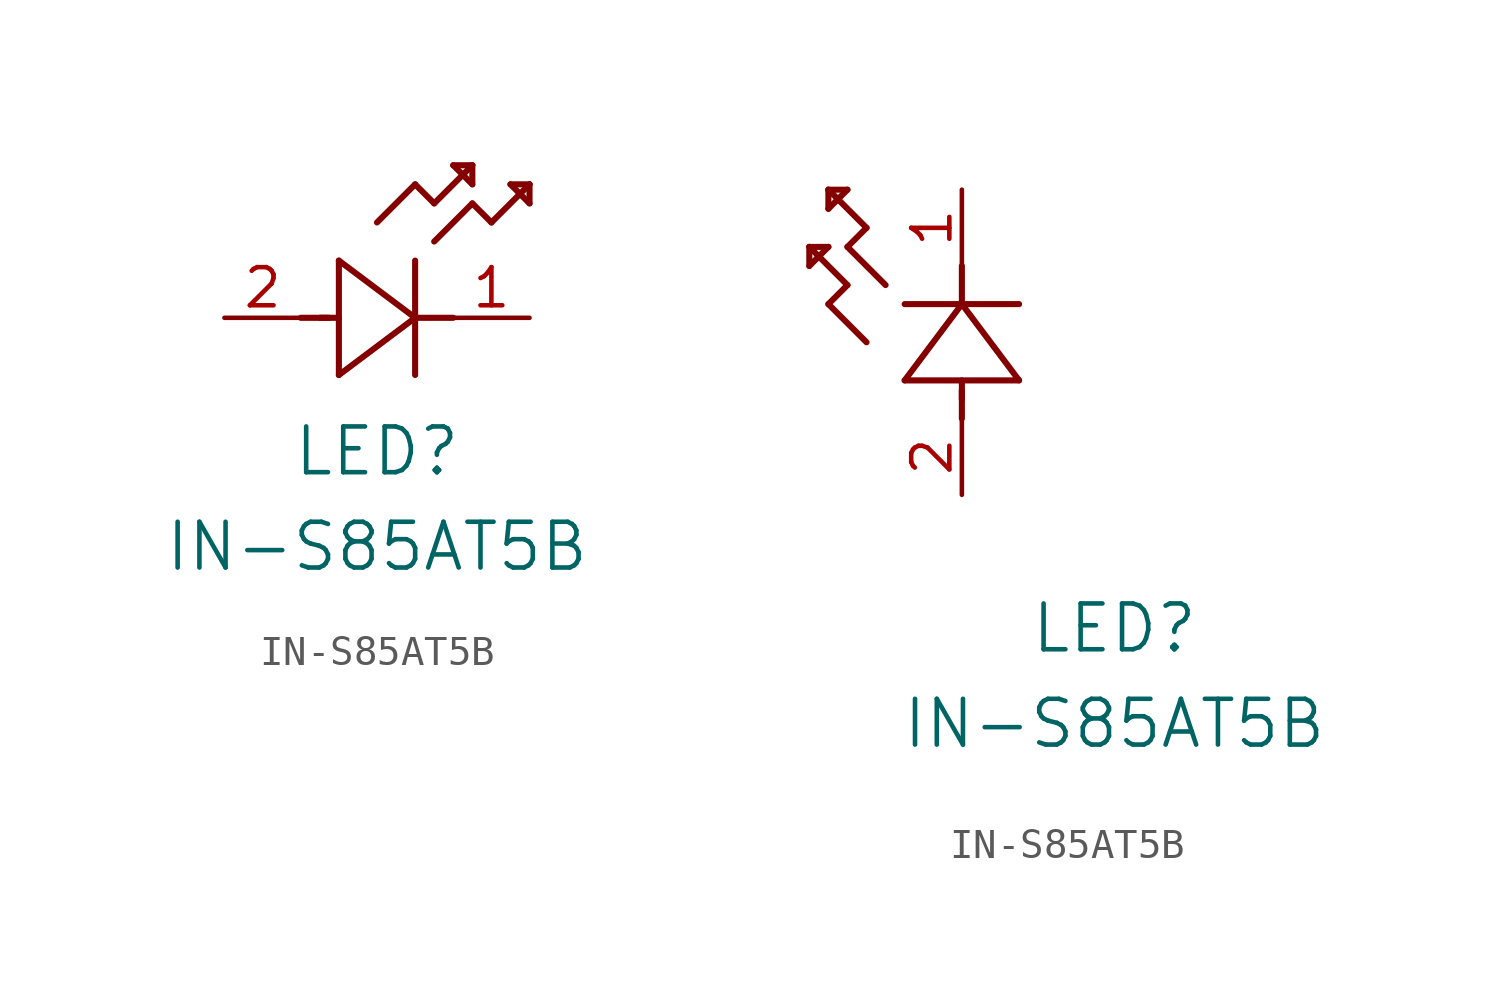
<source format=kicad_sym>
(kicad_symbol_lib
  (version 20211014)
  (generator kicad_symbol_editor)
  (symbol "IN-S85AT5B"
    (pin_names
      (offset 0.254))
    (property "Reference" "LED"
      (at 5.08 -4.445 0)
      (effects (font (size 1.524 1.524))))
    (property "Value" "IN-S85AT5B"
      (at 5.08 -7.62 0)
      (effects (font (size 1.524 1.524))))
    (symbol "IN-S85AT5B_1_1"
      (polyline (pts (xy 2.54 0) (xy 3.48 0)) (stroke (width 0.203) (type default) (color 0 0 0 0)) (fill (type none)))
      (polyline (pts (xy 3.81 1.905) (xy 3.81 -1.905)) (stroke (width 0.203) (type default) (color 0 0 0 0)) (fill (type none)))
      (polyline (pts (xy 3.175 0) (xy 3.81 0)) (stroke (width 0.203) (type default) (color 0 0 0 0)) (fill (type none)))
      (polyline (pts (xy 6.35 -1.905) (xy 6.35 1.905)) (stroke (width 0.203) (type default) (color 0 0 0 0)) (fill (type none)))
      (polyline (pts (xy 6.35 0) (xy 7.62 0)) (stroke (width 0.203) (type default) (color 0 0 0 0)) (fill (type none)))
      (polyline (pts (xy 6.35 4.445) (xy 6.985 3.81)) (stroke (width 0.203) (type default) (color 0 0 0 0)) (fill (type none)))
      (polyline (pts (xy 6.985 3.81) (xy 8.255 5.08)) (stroke (width 0.203) (type default) (color 0 0 0 0)) (fill (type none)))
      (polyline (pts (xy 8.255 3.81) (xy 8.89 3.175)) (stroke (width 0.203) (type default) (color 0 0 0 0)) (fill (type none)))
      (polyline (pts (xy 8.89 3.175) (xy 10.16 4.445)) (stroke (width 0.203) (type default) (color 0 0 0 0)) (fill (type none)))
      (polyline (pts (xy 8.255 5.08) (xy 7.62 5.08)) (stroke (width 0.203) (type default) (color 0 0 0 0)) (fill (type none)))
      (polyline (pts (xy 7.62 5.08) (xy 8.255 4.445)) (stroke (width 0.203) (type default) (color 0 0 0 0)) (fill (type none)))
      (polyline (pts (xy 8.255 4.445) (xy 8.255 5.08)) (stroke (width 0.203) (type default) (color 0 0 0 0)) (fill (type none)))
      (polyline (pts (xy 10.16 4.445) (xy 9.525 4.445)) (stroke (width 0.203) (type default) (color 0 0 0 0)) (fill (type none)))
      (polyline (pts (xy 9.525 4.445) (xy 10.16 3.81)) (stroke (width 0.203) (type default) (color 0 0 0 0)) (fill (type none)))
      (polyline (pts (xy 10.16 3.81) (xy 10.16 4.445)) (stroke (width 0.203) (type default) (color 0 0 0 0)) (fill (type none)))
      (polyline (pts (xy 6.985 2.54) (xy 8.255 3.81)) (stroke (width 0.203) (type default) (color 0 0 0 0)) (fill (type none)))
      (polyline (pts (xy 6.35 0) (xy 3.81 1.905)) (stroke (width 0.203) (type default) (color 0 0 0 0)) (fill (type none)))
      (polyline (pts (xy 3.81 -1.905) (xy 6.35 0)) (stroke (width 0.203) (type default) (color 0 0 0 0)) (fill (type none)))
      (polyline (pts (xy 5.08 3.175) (xy 6.35 4.445)) (stroke (width 0.203) (type default) (color 0 0 0 0)) (fill (type none)))
      (pin unspecified line (at 10.16 0 180) (length 2.54) (name "" (effects (font (size 1.27 1.27)))) (number "1" (effects (font (size 1.27 1.27)))))
      (pin unspecified line (at 0 0 0) (length 2.54) (name "" (effects (font (size 1.27 1.27)))) (number "2" (effects (font (size 1.27 1.27))))))
    (symbol "IN-S85AT5B_1_2"
      (polyline (pts (xy 0 2.54) (xy 0 3.48)) (stroke (width 0.203) (type default) (color 0 0 0 0)) (fill (type none)))
      (polyline (pts (xy -1.905 3.81) (xy 1.905 3.81)) (stroke (width 0.203) (type default) (color 0 0 0 0)) (fill (type none)))
      (polyline (pts (xy 0 3.175) (xy 0 3.81)) (stroke (width 0.203) (type default) (color 0 0 0 0)) (fill (type none)))
      (polyline (pts (xy 1.905 6.35) (xy -1.905 6.35)) (stroke (width 0.203) (type default) (color 0 0 0 0)) (fill (type none)))
      (polyline (pts (xy 0 6.35) (xy 0 7.62)) (stroke (width 0.203) (type default) (color 0 0 0 0)) (fill (type none)))
      (polyline (pts (xy 0 6.35) (xy -1.905 3.81)) (stroke (width 0.203) (type default) (color 0 0 0 0)) (fill (type none)))
      (polyline (pts (xy 1.905 3.81) (xy 0 6.35)) (stroke (width 0.203) (type default) (color 0 0 0 0)) (fill (type none)))
      (polyline (pts (xy -4.445 6.35) (xy -3.81 6.985)) (stroke (width 0.203) (type default) (color 0 0 0 0)) (fill (type none)))
      (polyline (pts (xy -2.54 6.985) (xy -3.81 8.255)) (stroke (width 0.203) (type default) (color 0 0 0 0)) (fill (type none)))
      (polyline (pts (xy -3.175 5.08) (xy -4.445 6.35)) (stroke (width 0.203) (type default) (color 0 0 0 0)) (fill (type none)))
      (polyline (pts (xy -4.445 10.16) (xy -4.445 9.525)) (stroke (width 0.203) (type default) (color 0 0 0 0)) (fill (type none)))
      (polyline (pts (xy -4.445 9.525) (xy -3.81 10.16)) (stroke (width 0.203) (type default) (color 0 0 0 0)) (fill (type none)))
      (polyline (pts (xy -3.81 10.16) (xy -4.445 10.16)) (stroke (width 0.203) (type default) (color 0 0 0 0)) (fill (type none)))
      (polyline (pts (xy -3.81 8.255) (xy -3.175 8.89)) (stroke (width 0.203) (type default) (color 0 0 0 0)) (fill (type none)))
      (polyline (pts (xy -3.175 8.89) (xy -4.445 10.16)) (stroke (width 0.203) (type default) (color 0 0 0 0)) (fill (type none)))
      (polyline (pts (xy -3.81 6.985) (xy -5.08 8.255)) (stroke (width 0.203) (type default) (color 0 0 0 0)) (fill (type none)))
      (polyline (pts (xy -5.08 8.255) (xy -5.08 7.62)) (stroke (width 0.203) (type default) (color 0 0 0 0)) (fill (type none)))
      (polyline (pts (xy -5.08 7.62) (xy -4.445 8.255)) (stroke (width 0.203) (type default) (color 0 0 0 0)) (fill (type none)))
      (polyline (pts (xy -4.445 8.255) (xy -5.08 8.255)) (stroke (width 0.203) (type default) (color 0 0 0 0)) (fill (type none)))
      (pin unspecified line (at 0 10.16 270) (length 2.54) (name "" (effects (font (size 1.27 1.27)))) (number "1" (effects (font (size 1.27 1.27)))))
      (pin unspecified line (at 0 0 90) (length 2.54) (name "" (effects (font (size 1.27 1.27)))) (number "2" (effects (font (size 1.27 1.27))))))))
</source>
